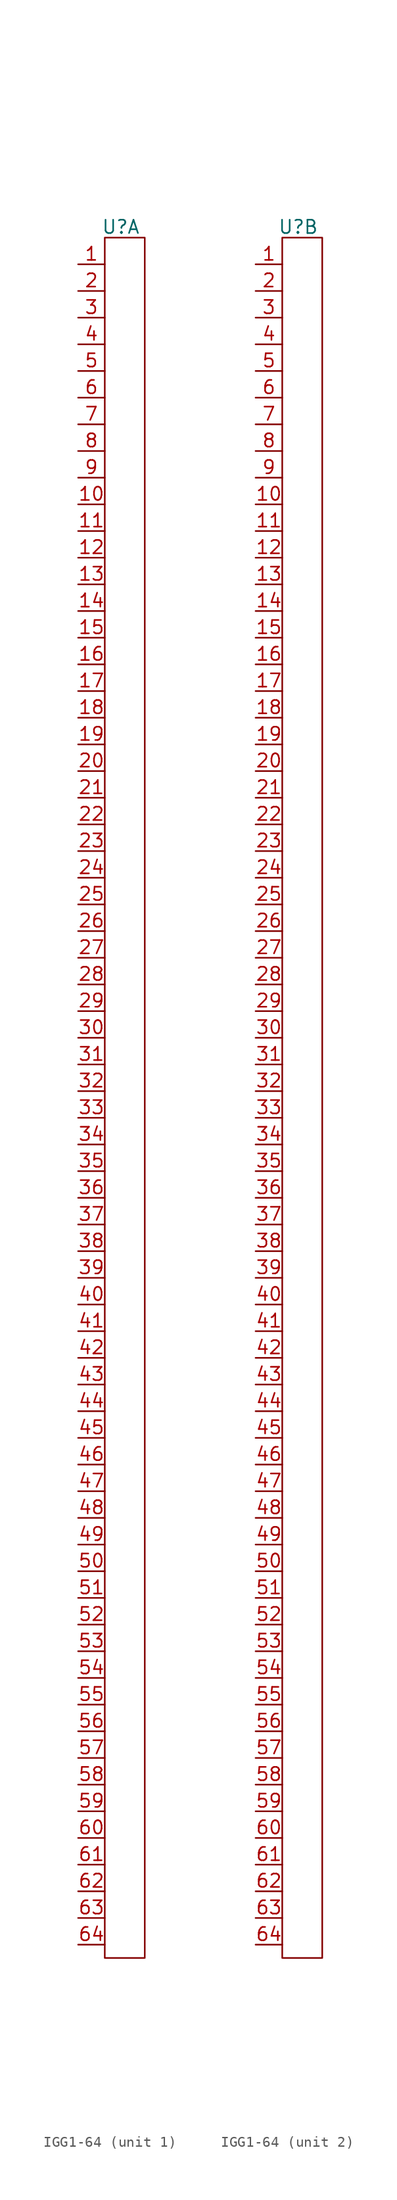
<source format=kicad_sym>
(kicad_symbol_lib
  (version 20231120)
  (generator "kicad_symbol_editor")
  (generator_version "8.0")
  (symbol "IGG1-64"
    (property "Reference" "U"
      (at 1.524 11.176 0)
      (effects (font (size 1.27 1.27))))
    (property "Value" ""
      (at 0 0 0)
      (effects (font (size 1.27 1.27))))
    (property "ki_locked" ""
      (at 0 0 0)
      (effects (font (size 1.27 1.27))))
    (symbol "IGG1-64_0_1"
      (rectangle (start 0 -153.67) (end 3.81 10.16) (stroke (width 0) (type default)) (fill (type none))))
    (symbol "IGG1-64_1_1"
      (pin input line (at -2.54 7.62 0) (length 2.54) (name "" (effects (font (size 1.27 1.27)))) (number "1" (effects (font (size 1.27 1.27)))))
      (pin input line (at -2.54 -15.24 0) (length 2.54) (name "" (effects (font (size 1.27 1.27)))) (number "10" (effects (font (size 1.27 1.27)))))
      (pin input line (at -2.54 -17.78 0) (length 2.54) (name "" (effects (font (size 1.27 1.27)))) (number "11" (effects (font (size 1.27 1.27)))))
      (pin input line (at -2.54 -20.32 0) (length 2.54) (name "" (effects (font (size 1.27 1.27)))) (number "12" (effects (font (size 1.27 1.27)))))
      (pin input line (at -2.54 -22.86 0) (length 2.54) (name "" (effects (font (size 1.27 1.27)))) (number "13" (effects (font (size 1.27 1.27)))))
      (pin input line (at -2.54 -25.4 0) (length 2.54) (name "" (effects (font (size 1.27 1.27)))) (number "14" (effects (font (size 1.27 1.27)))))
      (pin input line (at -2.54 -27.94 0) (length 2.54) (name "" (effects (font (size 1.27 1.27)))) (number "15" (effects (font (size 1.27 1.27)))))
      (pin input line (at -2.54 -30.48 0) (length 2.54) (name "" (effects (font (size 1.27 1.27)))) (number "16" (effects (font (size 1.27 1.27)))))
      (pin input line (at -2.54 -33.02 0) (length 2.54) (name "" (effects (font (size 1.27 1.27)))) (number "17" (effects (font (size 1.27 1.27)))))
      (pin input line (at -2.54 -35.56 0) (length 2.54) (name "" (effects (font (size 1.27 1.27)))) (number "18" (effects (font (size 1.27 1.27)))))
      (pin input line (at -2.54 -38.1 0) (length 2.54) (name "" (effects (font (size 1.27 1.27)))) (number "19" (effects (font (size 1.27 1.27)))))
      (pin input line (at -2.54 5.08 0) (length 2.54) (name "" (effects (font (size 1.27 1.27)))) (number "2" (effects (font (size 1.27 1.27)))))
      (pin input line (at -2.54 -40.64 0) (length 2.54) (name "" (effects (font (size 1.27 1.27)))) (number "20" (effects (font (size 1.27 1.27)))))
      (pin input line (at -2.54 -43.18 0) (length 2.54) (name "" (effects (font (size 1.27 1.27)))) (number "21" (effects (font (size 1.27 1.27)))))
      (pin input line (at -2.54 -45.72 0) (length 2.54) (name "" (effects (font (size 1.27 1.27)))) (number "22" (effects (font (size 1.27 1.27)))))
      (pin input line (at -2.54 -48.26 0) (length 2.54) (name "" (effects (font (size 1.27 1.27)))) (number "23" (effects (font (size 1.27 1.27)))))
      (pin input line (at -2.54 -50.8 0) (length 2.54) (name "" (effects (font (size 1.27 1.27)))) (number "24" (effects (font (size 1.27 1.27)))))
      (pin input line (at -2.54 -53.34 0) (length 2.54) (name "" (effects (font (size 1.27 1.27)))) (number "25" (effects (font (size 1.27 1.27)))))
      (pin input line (at -2.54 -55.88 0) (length 2.54) (name "" (effects (font (size 1.27 1.27)))) (number "26" (effects (font (size 1.27 1.27)))))
      (pin input line (at -2.54 -58.42 0) (length 2.54) (name "" (effects (font (size 1.27 1.27)))) (number "27" (effects (font (size 1.27 1.27)))))
      (pin input line (at -2.54 -60.96 0) (length 2.54) (name "" (effects (font (size 1.27 1.27)))) (number "28" (effects (font (size 1.27 1.27)))))
      (pin input line (at -2.54 -63.5 0) (length 2.54) (name "" (effects (font (size 1.27 1.27)))) (number "29" (effects (font (size 1.27 1.27)))))
      (pin input line (at -2.54 2.54 0) (length 2.54) (name "" (effects (font (size 1.27 1.27)))) (number "3" (effects (font (size 1.27 1.27)))))
      (pin input line (at -2.54 -66.04 0) (length 2.54) (name "" (effects (font (size 1.27 1.27)))) (number "30" (effects (font (size 1.27 1.27)))))
      (pin input line (at -2.54 -68.58 0) (length 2.54) (name "" (effects (font (size 1.27 1.27)))) (number "31" (effects (font (size 1.27 1.27)))))
      (pin input line (at -2.54 -71.12 0) (length 2.54) (name "" (effects (font (size 1.27 1.27)))) (number "32" (effects (font (size 1.27 1.27)))))
      (pin input line (at -2.54 -73.66 0) (length 2.54) (name "" (effects (font (size 1.27 1.27)))) (number "33" (effects (font (size 1.27 1.27)))))
      (pin input line (at -2.54 -76.2 0) (length 2.54) (name "" (effects (font (size 1.27 1.27)))) (number "34" (effects (font (size 1.27 1.27)))))
      (pin input line (at -2.54 -78.74 0) (length 2.54) (name "" (effects (font (size 1.27 1.27)))) (number "35" (effects (font (size 1.27 1.27)))))
      (pin input line (at -2.54 -81.28 0) (length 2.54) (name "" (effects (font (size 1.27 1.27)))) (number "36" (effects (font (size 1.27 1.27)))))
      (pin input line (at -2.54 -83.82 0) (length 2.54) (name "" (effects (font (size 1.27 1.27)))) (number "37" (effects (font (size 1.27 1.27)))))
      (pin input line (at -2.54 -86.36 0) (length 2.54) (name "" (effects (font (size 1.27 1.27)))) (number "38" (effects (font (size 1.27 1.27)))))
      (pin input line (at -2.54 -88.9 0) (length 2.54) (name "" (effects (font (size 1.27 1.27)))) (number "39" (effects (font (size 1.27 1.27)))))
      (pin input line (at -2.54 0 0) (length 2.54) (name "" (effects (font (size 1.27 1.27)))) (number "4" (effects (font (size 1.27 1.27)))))
      (pin input line (at -2.54 -91.44 0) (length 2.54) (name "" (effects (font (size 1.27 1.27)))) (number "40" (effects (font (size 1.27 1.27)))))
      (pin input line (at -2.54 -93.98 0) (length 2.54) (name "" (effects (font (size 1.27 1.27)))) (number "41" (effects (font (size 1.27 1.27)))))
      (pin input line (at -2.54 -96.52 0) (length 2.54) (name "" (effects (font (size 1.27 1.27)))) (number "42" (effects (font (size 1.27 1.27)))))
      (pin input line (at -2.54 -99.06 0) (length 2.54) (name "" (effects (font (size 1.27 1.27)))) (number "43" (effects (font (size 1.27 1.27)))))
      (pin input line (at -2.54 -101.6 0) (length 2.54) (name "" (effects (font (size 1.27 1.27)))) (number "44" (effects (font (size 1.27 1.27)))))
      (pin input line (at -2.54 -104.14 0) (length 2.54) (name "" (effects (font (size 1.27 1.27)))) (number "45" (effects (font (size 1.27 1.27)))))
      (pin input line (at -2.54 -106.68 0) (length 2.54) (name "" (effects (font (size 1.27 1.27)))) (number "46" (effects (font (size 1.27 1.27)))))
      (pin input line (at -2.54 -109.22 0) (length 2.54) (name "" (effects (font (size 1.27 1.27)))) (number "47" (effects (font (size 1.27 1.27)))))
      (pin input line (at -2.54 -111.76 0) (length 2.54) (name "" (effects (font (size 1.27 1.27)))) (number "48" (effects (font (size 1.27 1.27)))))
      (pin input line (at -2.54 -114.3 0) (length 2.54) (name "" (effects (font (size 1.27 1.27)))) (number "49" (effects (font (size 1.27 1.27)))))
      (pin input line (at -2.54 -2.54 0) (length 2.54) (name "" (effects (font (size 1.27 1.27)))) (number "5" (effects (font (size 1.27 1.27)))))
      (pin input line (at -2.54 -116.84 0) (length 2.54) (name "" (effects (font (size 1.27 1.27)))) (number "50" (effects (font (size 1.27 1.27)))))
      (pin input line (at -2.54 -119.38 0) (length 2.54) (name "" (effects (font (size 1.27 1.27)))) (number "51" (effects (font (size 1.27 1.27)))))
      (pin input line (at -2.54 -121.92 0) (length 2.54) (name "" (effects (font (size 1.27 1.27)))) (number "52" (effects (font (size 1.27 1.27)))))
      (pin input line (at -2.54 -124.46 0) (length 2.54) (name "" (effects (font (size 1.27 1.27)))) (number "53" (effects (font (size 1.27 1.27)))))
      (pin input line (at -2.54 -127 0) (length 2.54) (name "" (effects (font (size 1.27 1.27)))) (number "54" (effects (font (size 1.27 1.27)))))
      (pin input line (at -2.54 -129.54 0) (length 2.54) (name "" (effects (font (size 1.27 1.27)))) (number "55" (effects (font (size 1.27 1.27)))))
      (pin input line (at -2.54 -132.08 0) (length 2.54) (name "" (effects (font (size 1.27 1.27)))) (number "56" (effects (font (size 1.27 1.27)))))
      (pin input line (at -2.54 -134.62 0) (length 2.54) (name "" (effects (font (size 1.27 1.27)))) (number "57" (effects (font (size 1.27 1.27)))))
      (pin input line (at -2.54 -137.16 0) (length 2.54) (name "" (effects (font (size 1.27 1.27)))) (number "58" (effects (font (size 1.27 1.27)))))
      (pin input line (at -2.54 -139.7 0) (length 2.54) (name "" (effects (font (size 1.27 1.27)))) (number "59" (effects (font (size 1.27 1.27)))))
      (pin input line (at -2.54 -5.08 0) (length 2.54) (name "" (effects (font (size 1.27 1.27)))) (number "6" (effects (font (size 1.27 1.27)))))
      (pin input line (at -2.54 -142.24 0) (length 2.54) (name "" (effects (font (size 1.27 1.27)))) (number "60" (effects (font (size 1.27 1.27)))))
      (pin input line (at -2.54 -144.78 0) (length 2.54) (name "" (effects (font (size 1.27 1.27)))) (number "61" (effects (font (size 1.27 1.27)))))
      (pin input line (at -2.54 -147.32 0) (length 2.54) (name "" (effects (font (size 1.27 1.27)))) (number "62" (effects (font (size 1.27 1.27)))))
      (pin input line (at -2.54 -149.86 0) (length 2.54) (name "" (effects (font (size 1.27 1.27)))) (number "63" (effects (font (size 1.27 1.27)))))
      (pin input line (at -2.54 -152.4 0) (length 2.54) (name "" (effects (font (size 1.27 1.27)))) (number "64" (effects (font (size 1.27 1.27)))))
      (pin input line (at -2.54 -7.62 0) (length 2.54) (name "" (effects (font (size 1.27 1.27)))) (number "7" (effects (font (size 1.27 1.27)))))
      (pin input line (at -2.54 -10.16 0) (length 2.54) (name "" (effects (font (size 1.27 1.27)))) (number "8" (effects (font (size 1.27 1.27)))))
      (pin input line (at -2.54 -12.7 0) (length 2.54) (name "" (effects (font (size 1.27 1.27)))) (number "9" (effects (font (size 1.27 1.27))))))
    (symbol "IGG1-64_2_1"
      (pin input line (at -2.54 7.62 0) (length 2.54) (name "" (effects (font (size 1.27 1.27)))) (number "1" (effects (font (size 1.27 1.27)))))
      (pin input line (at -2.54 -15.24 0) (length 2.54) (name "" (effects (font (size 1.27 1.27)))) (number "10" (effects (font (size 1.27 1.27)))))
      (pin input line (at -2.54 -17.78 0) (length 2.54) (name "" (effects (font (size 1.27 1.27)))) (number "11" (effects (font (size 1.27 1.27)))))
      (pin input line (at -2.54 -20.32 0) (length 2.54) (name "" (effects (font (size 1.27 1.27)))) (number "12" (effects (font (size 1.27 1.27)))))
      (pin input line (at -2.54 -22.86 0) (length 2.54) (name "" (effects (font (size 1.27 1.27)))) (number "13" (effects (font (size 1.27 1.27)))))
      (pin input line (at -2.54 -25.4 0) (length 2.54) (name "" (effects (font (size 1.27 1.27)))) (number "14" (effects (font (size 1.27 1.27)))))
      (pin input line (at -2.54 -27.94 0) (length 2.54) (name "" (effects (font (size 1.27 1.27)))) (number "15" (effects (font (size 1.27 1.27)))))
      (pin input line (at -2.54 -30.48 0) (length 2.54) (name "" (effects (font (size 1.27 1.27)))) (number "16" (effects (font (size 1.27 1.27)))))
      (pin input line (at -2.54 -33.02 0) (length 2.54) (name "" (effects (font (size 1.27 1.27)))) (number "17" (effects (font (size 1.27 1.27)))))
      (pin input line (at -2.54 -35.56 0) (length 2.54) (name "" (effects (font (size 1.27 1.27)))) (number "18" (effects (font (size 1.27 1.27)))))
      (pin input line (at -2.54 -38.1 0) (length 2.54) (name "" (effects (font (size 1.27 1.27)))) (number "19" (effects (font (size 1.27 1.27)))))
      (pin input line (at -2.54 5.08 0) (length 2.54) (name "" (effects (font (size 1.27 1.27)))) (number "2" (effects (font (size 1.27 1.27)))))
      (pin input line (at -2.54 -40.64 0) (length 2.54) (name "" (effects (font (size 1.27 1.27)))) (number "20" (effects (font (size 1.27 1.27)))))
      (pin input line (at -2.54 -43.18 0) (length 2.54) (name "" (effects (font (size 1.27 1.27)))) (number "21" (effects (font (size 1.27 1.27)))))
      (pin input line (at -2.54 -45.72 0) (length 2.54) (name "" (effects (font (size 1.27 1.27)))) (number "22" (effects (font (size 1.27 1.27)))))
      (pin input line (at -2.54 -48.26 0) (length 2.54) (name "" (effects (font (size 1.27 1.27)))) (number "23" (effects (font (size 1.27 1.27)))))
      (pin input line (at -2.54 -50.8 0) (length 2.54) (name "" (effects (font (size 1.27 1.27)))) (number "24" (effects (font (size 1.27 1.27)))))
      (pin input line (at -2.54 -53.34 0) (length 2.54) (name "" (effects (font (size 1.27 1.27)))) (number "25" (effects (font (size 1.27 1.27)))))
      (pin input line (at -2.54 -55.88 0) (length 2.54) (name "" (effects (font (size 1.27 1.27)))) (number "26" (effects (font (size 1.27 1.27)))))
      (pin input line (at -2.54 -58.42 0) (length 2.54) (name "" (effects (font (size 1.27 1.27)))) (number "27" (effects (font (size 1.27 1.27)))))
      (pin input line (at -2.54 -60.96 0) (length 2.54) (name "" (effects (font (size 1.27 1.27)))) (number "28" (effects (font (size 1.27 1.27)))))
      (pin input line (at -2.54 -63.5 0) (length 2.54) (name "" (effects (font (size 1.27 1.27)))) (number "29" (effects (font (size 1.27 1.27)))))
      (pin input line (at -2.54 2.54 0) (length 2.54) (name "" (effects (font (size 1.27 1.27)))) (number "3" (effects (font (size 1.27 1.27)))))
      (pin input line (at -2.54 -66.04 0) (length 2.54) (name "" (effects (font (size 1.27 1.27)))) (number "30" (effects (font (size 1.27 1.27)))))
      (pin input line (at -2.54 -68.58 0) (length 2.54) (name "" (effects (font (size 1.27 1.27)))) (number "31" (effects (font (size 1.27 1.27)))))
      (pin input line (at -2.54 -71.12 0) (length 2.54) (name "" (effects (font (size 1.27 1.27)))) (number "32" (effects (font (size 1.27 1.27)))))
      (pin input line (at -2.54 -73.66 0) (length 2.54) (name "" (effects (font (size 1.27 1.27)))) (number "33" (effects (font (size 1.27 1.27)))))
      (pin input line (at -2.54 -76.2 0) (length 2.54) (name "" (effects (font (size 1.27 1.27)))) (number "34" (effects (font (size 1.27 1.27)))))
      (pin input line (at -2.54 -78.74 0) (length 2.54) (name "" (effects (font (size 1.27 1.27)))) (number "35" (effects (font (size 1.27 1.27)))))
      (pin input line (at -2.54 -81.28 0) (length 2.54) (name "" (effects (font (size 1.27 1.27)))) (number "36" (effects (font (size 1.27 1.27)))))
      (pin input line (at -2.54 -83.82 0) (length 2.54) (name "" (effects (font (size 1.27 1.27)))) (number "37" (effects (font (size 1.27 1.27)))))
      (pin input line (at -2.54 -86.36 0) (length 2.54) (name "" (effects (font (size 1.27 1.27)))) (number "38" (effects (font (size 1.27 1.27)))))
      (pin input line (at -2.54 -88.9 0) (length 2.54) (name "" (effects (font (size 1.27 1.27)))) (number "39" (effects (font (size 1.27 1.27)))))
      (pin input line (at -2.54 0 0) (length 2.54) (name "" (effects (font (size 1.27 1.27)))) (number "4" (effects (font (size 1.27 1.27)))))
      (pin input line (at -2.54 -91.44 0) (length 2.54) (name "" (effects (font (size 1.27 1.27)))) (number "40" (effects (font (size 1.27 1.27)))))
      (pin input line (at -2.54 -93.98 0) (length 2.54) (name "" (effects (font (size 1.27 1.27)))) (number "41" (effects (font (size 1.27 1.27)))))
      (pin input line (at -2.54 -96.52 0) (length 2.54) (name "" (effects (font (size 1.27 1.27)))) (number "42" (effects (font (size 1.27 1.27)))))
      (pin input line (at -2.54 -99.06 0) (length 2.54) (name "" (effects (font (size 1.27 1.27)))) (number "43" (effects (font (size 1.27 1.27)))))
      (pin input line (at -2.54 -101.6 0) (length 2.54) (name "" (effects (font (size 1.27 1.27)))) (number "44" (effects (font (size 1.27 1.27)))))
      (pin input line (at -2.54 -104.14 0) (length 2.54) (name "" (effects (font (size 1.27 1.27)))) (number "45" (effects (font (size 1.27 1.27)))))
      (pin input line (at -2.54 -106.68 0) (length 2.54) (name "" (effects (font (size 1.27 1.27)))) (number "46" (effects (font (size 1.27 1.27)))))
      (pin input line (at -2.54 -109.22 0) (length 2.54) (name "" (effects (font (size 1.27 1.27)))) (number "47" (effects (font (size 1.27 1.27)))))
      (pin input line (at -2.54 -111.76 0) (length 2.54) (name "" (effects (font (size 1.27 1.27)))) (number "48" (effects (font (size 1.27 1.27)))))
      (pin input line (at -2.54 -114.3 0) (length 2.54) (name "" (effects (font (size 1.27 1.27)))) (number "49" (effects (font (size 1.27 1.27)))))
      (pin input line (at -2.54 -2.54 0) (length 2.54) (name "" (effects (font (size 1.27 1.27)))) (number "5" (effects (font (size 1.27 1.27)))))
      (pin input line (at -2.54 -116.84 0) (length 2.54) (name "" (effects (font (size 1.27 1.27)))) (number "50" (effects (font (size 1.27 1.27)))))
      (pin input line (at -2.54 -119.38 0) (length 2.54) (name "" (effects (font (size 1.27 1.27)))) (number "51" (effects (font (size 1.27 1.27)))))
      (pin input line (at -2.54 -121.92 0) (length 2.54) (name "" (effects (font (size 1.27 1.27)))) (number "52" (effects (font (size 1.27 1.27)))))
      (pin input line (at -2.54 -124.46 0) (length 2.54) (name "" (effects (font (size 1.27 1.27)))) (number "53" (effects (font (size 1.27 1.27)))))
      (pin input line (at -2.54 -127 0) (length 2.54) (name "" (effects (font (size 1.27 1.27)))) (number "54" (effects (font (size 1.27 1.27)))))
      (pin input line (at -2.54 -129.54 0) (length 2.54) (name "" (effects (font (size 1.27 1.27)))) (number "55" (effects (font (size 1.27 1.27)))))
      (pin input line (at -2.54 -132.08 0) (length 2.54) (name "" (effects (font (size 1.27 1.27)))) (number "56" (effects (font (size 1.27 1.27)))))
      (pin input line (at -2.54 -134.62 0) (length 2.54) (name "" (effects (font (size 1.27 1.27)))) (number "57" (effects (font (size 1.27 1.27)))))
      (pin input line (at -2.54 -137.16 0) (length 2.54) (name "" (effects (font (size 1.27 1.27)))) (number "58" (effects (font (size 1.27 1.27)))))
      (pin input line (at -2.54 -139.7 0) (length 2.54) (name "" (effects (font (size 1.27 1.27)))) (number "59" (effects (font (size 1.27 1.27)))))
      (pin input line (at -2.54 -5.08 0) (length 2.54) (name "" (effects (font (size 1.27 1.27)))) (number "6" (effects (font (size 1.27 1.27)))))
      (pin input line (at -2.54 -142.24 0) (length 2.54) (name "" (effects (font (size 1.27 1.27)))) (number "60" (effects (font (size 1.27 1.27)))))
      (pin input line (at -2.54 -144.78 0) (length 2.54) (name "" (effects (font (size 1.27 1.27)))) (number "61" (effects (font (size 1.27 1.27)))))
      (pin input line (at -2.54 -147.32 0) (length 2.54) (name "" (effects (font (size 1.27 1.27)))) (number "62" (effects (font (size 1.27 1.27)))))
      (pin input line (at -2.54 -149.86 0) (length 2.54) (name "" (effects (font (size 1.27 1.27)))) (number "63" (effects (font (size 1.27 1.27)))))
      (pin input line (at -2.54 -152.4 0) (length 2.54) (name "" (effects (font (size 1.27 1.27)))) (number "64" (effects (font (size 1.27 1.27)))))
      (pin input line (at -2.54 -7.62 0) (length 2.54) (name "" (effects (font (size 1.27 1.27)))) (number "7" (effects (font (size 1.27 1.27)))))
      (pin input line (at -2.54 -10.16 0) (length 2.54) (name "" (effects (font (size 1.27 1.27)))) (number "8" (effects (font (size 1.27 1.27)))))
      (pin input line (at -2.54 -12.7 0) (length 2.54) (name "" (effects (font (size 1.27 1.27)))) (number "9" (effects (font (size 1.27 1.27))))))))
</source>
